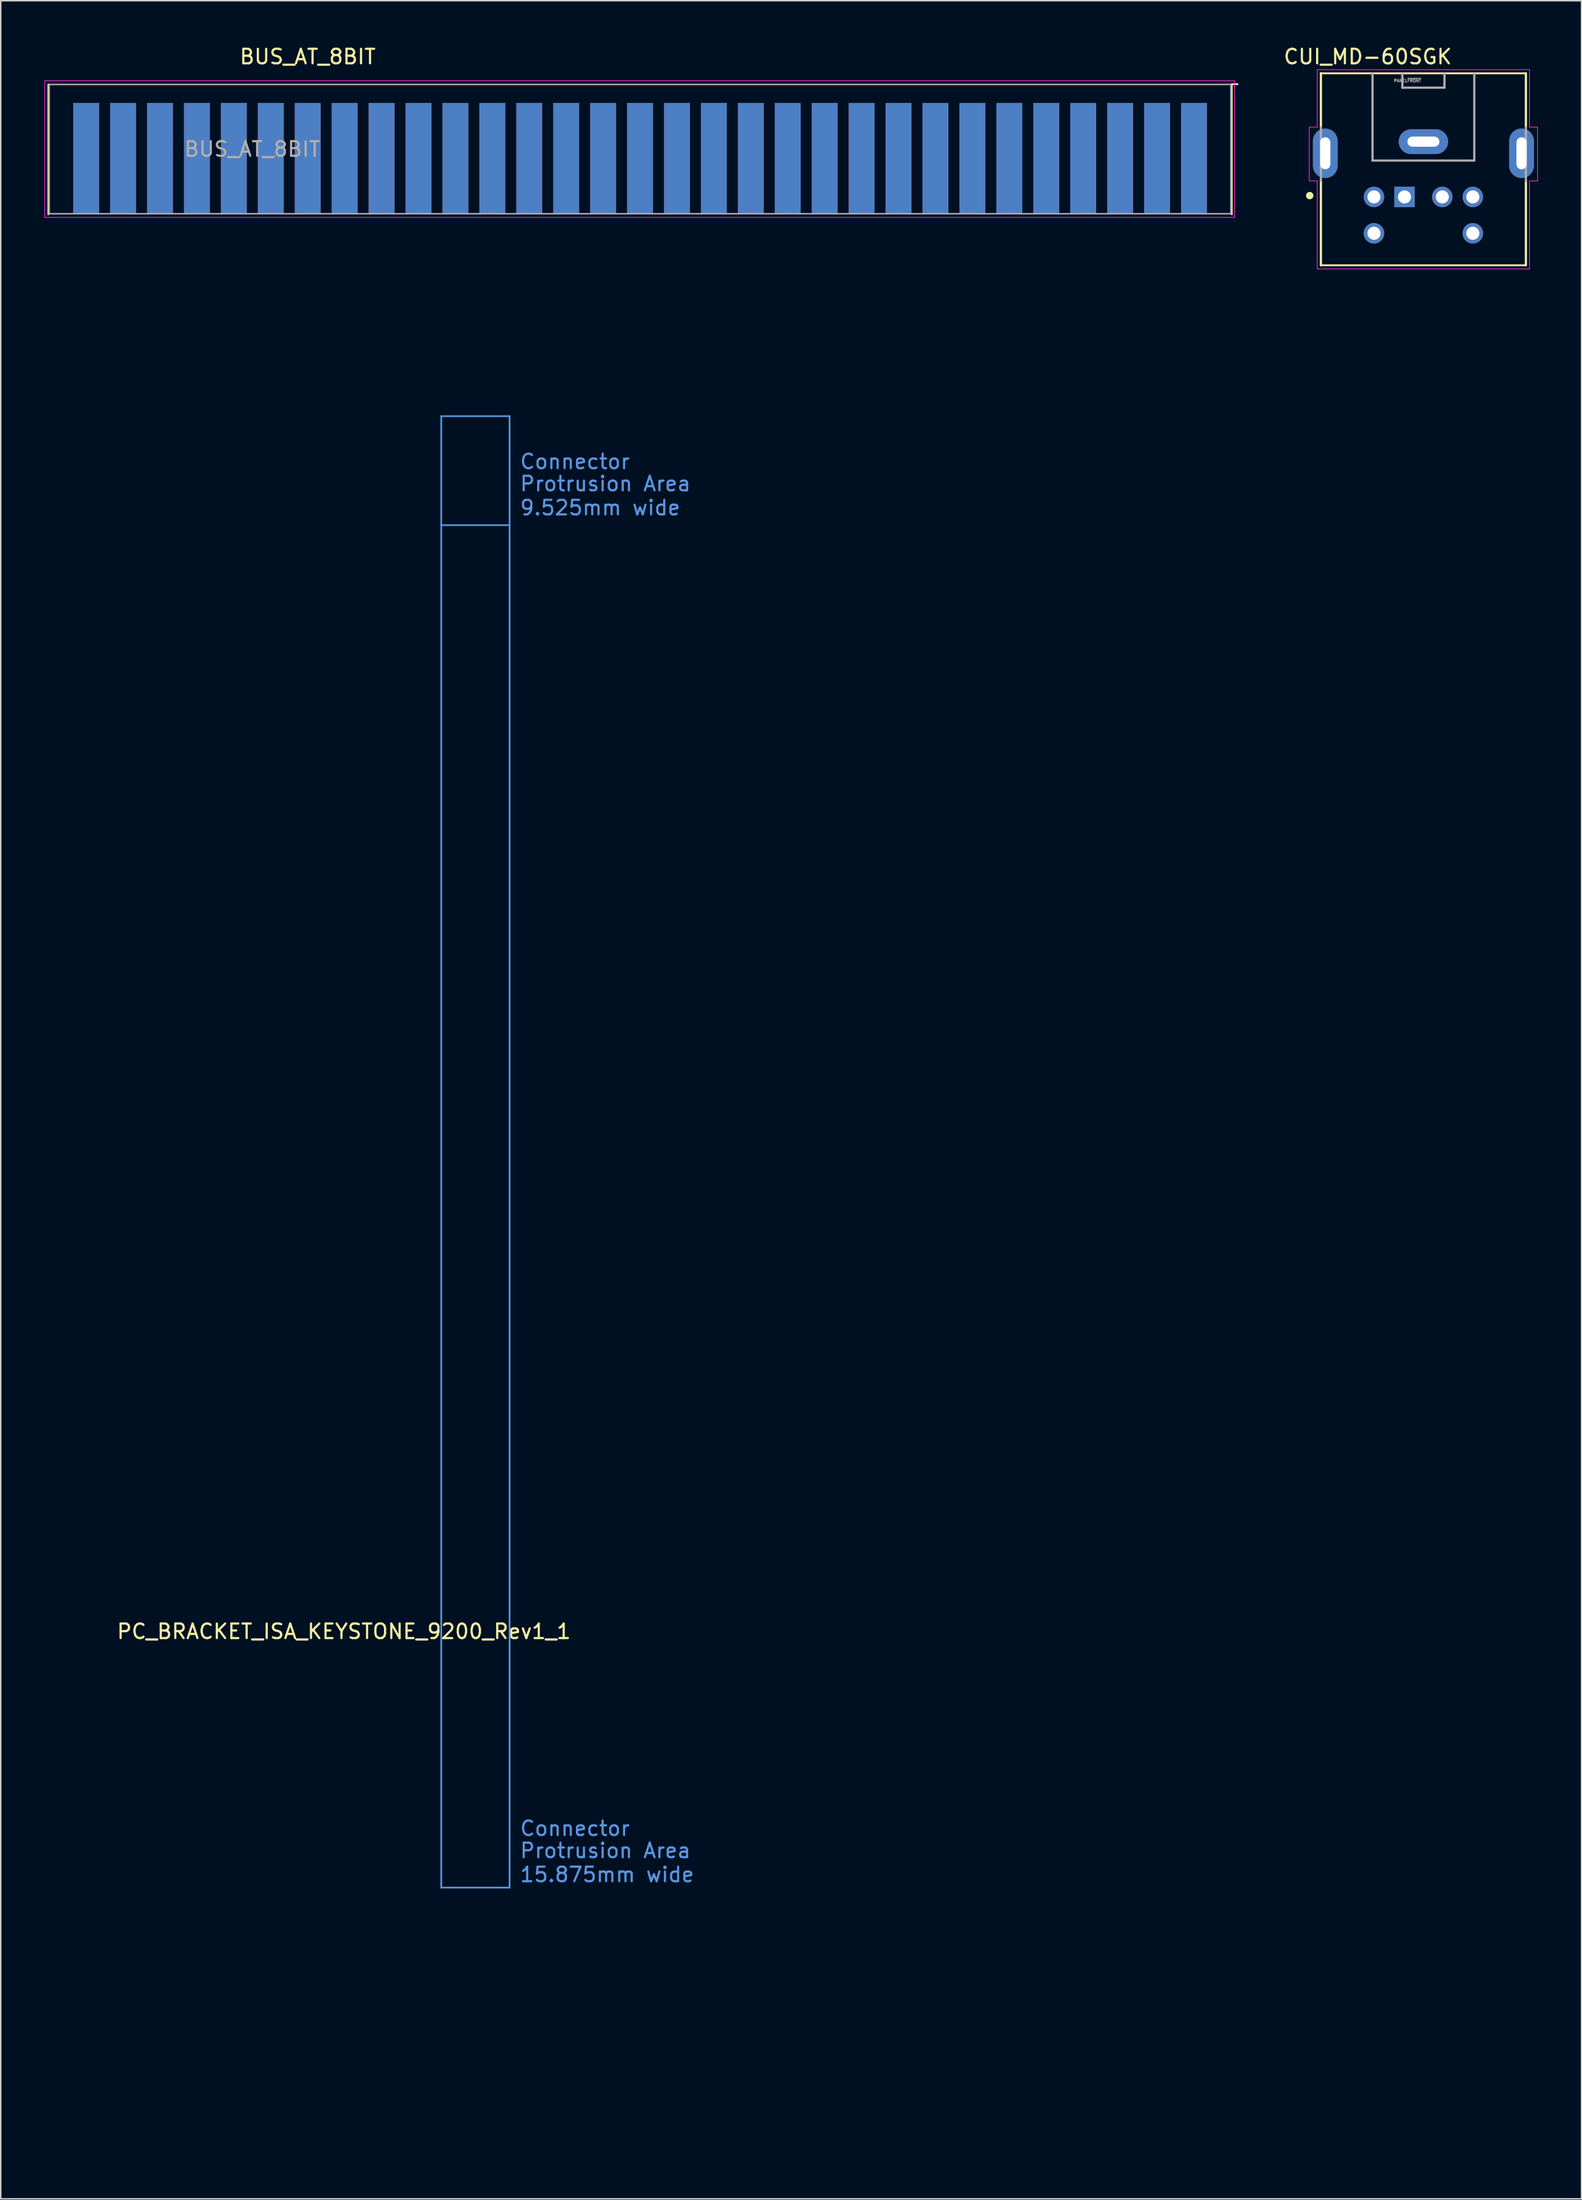
<source format=kicad_pcb>
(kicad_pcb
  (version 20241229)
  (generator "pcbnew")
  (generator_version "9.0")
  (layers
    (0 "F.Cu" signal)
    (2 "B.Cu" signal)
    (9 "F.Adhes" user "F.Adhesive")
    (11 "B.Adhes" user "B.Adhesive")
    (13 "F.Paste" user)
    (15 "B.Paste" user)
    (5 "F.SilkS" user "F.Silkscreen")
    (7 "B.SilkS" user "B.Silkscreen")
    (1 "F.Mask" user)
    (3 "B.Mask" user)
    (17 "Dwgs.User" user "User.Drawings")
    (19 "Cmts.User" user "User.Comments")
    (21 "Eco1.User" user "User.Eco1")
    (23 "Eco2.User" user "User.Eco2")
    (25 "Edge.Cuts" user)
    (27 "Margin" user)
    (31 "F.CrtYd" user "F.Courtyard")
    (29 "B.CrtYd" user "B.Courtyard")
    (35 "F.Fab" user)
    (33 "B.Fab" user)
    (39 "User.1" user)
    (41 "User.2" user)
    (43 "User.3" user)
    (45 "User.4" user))
  (footprint "CUI_MD-60SGK"
    (layer "F.Cu")
    (at 94.855 8.59)
    (property "Reference" "CUI_MD-60SGK" (at -3.828 -7.741 0) (layer "F.SilkS") (effects (font (size 1.001 1.001) (thickness 0.15))))
    (attr through_hole)
    (fp_line (start -7.05 -6.6) (end -7.05 -2.9) (stroke (width 0.152) (type solid)) (layer "F.SilkS"))
    (fp_line (start -7.05 -6.6) (end 7.05 -6.6) (stroke (width 0.127) (type solid)) (layer "F.SilkS"))
    (fp_line (start -7.05 6.6) (end -7.05 0.8) (stroke (width 0.152) (type solid)) (layer "F.SilkS"))
    (fp_line (start 7.05 -6.6) (end 7.05 -2.9) (stroke (width 0.152) (type solid)) (layer "F.SilkS"))
    (fp_line (start 7.05 6.6) (end -7.05 6.6) (stroke (width 0.127) (type solid)) (layer "F.SilkS"))
    (fp_line (start 7.05 6.6) (end 7.05 0.8) (stroke (width 0.152) (type solid)) (layer "F.SilkS"))
    (fp_circle (center -7.82 1.81) (end -7.566 1.81) (stroke (width 0) (type solid)) (fill yes) (layer "F.SilkS"))
    (fp_line (start -7.85 -2.9) (end -7.3 -2.9) (stroke (width 0.05) (type solid)) (layer "F.CrtYd"))
    (fp_line (start -7.85 0.8) (end -7.85 -2.9) (stroke (width 0.05) (type solid)) (layer "F.CrtYd"))
    (fp_line (start -7.3 -6.85) (end 7.3 -6.85) (stroke (width 0.05) (type solid)) (layer "F.CrtYd"))
    (fp_line (start -7.3 -2.9) (end -7.3 -6.85) (stroke (width 0.05) (type solid)) (layer "F.CrtYd"))
    (fp_line (start -7.3 0.8) (end -7.85 0.8) (stroke (width 0.05) (type solid)) (layer "F.CrtYd"))
    (fp_line (start -7.3 6.85) (end -7.3 0.8) (stroke (width 0.05) (type solid)) (layer "F.CrtYd"))
    (fp_line (start 7.3 -6.85) (end 7.3 -2.9) (stroke (width 0.05) (type solid)) (layer "F.CrtYd"))
    (fp_line (start 7.3 -2.9) (end 7.85 -2.9) (stroke (width 0.05) (type solid)) (layer "F.CrtYd"))
    (fp_line (start 7.3 0.8) (end 7.3 6.85) (stroke (width 0.05) (type solid)) (layer "F.CrtYd"))
    (fp_line (start 7.3 6.85) (end -7.3 6.85) (stroke (width 0.05) (type solid)) (layer "F.CrtYd"))
    (fp_line (start 7.85 -2.9) (end 7.85 0.8) (stroke (width 0.05) (type solid)) (layer "F.CrtYd"))
    (fp_line (start 7.85 0.8) (end 7.3 0.8) (stroke (width 0.05) (type solid)) (layer "F.CrtYd"))
    (fp_line (start -7.05 0.8) (end -7.05 -2.9) (stroke (width 0.152) (type solid)) (layer "F.Fab"))
    (fp_line (start -3.5 -6.6) (end -3.5 -0.6) (stroke (width 0.152) (type solid)) (layer "F.Fab"))
    (fp_line (start -3.5 -0.6) (end 3.5 -0.6) (stroke (width 0.152) (type solid)) (layer "F.Fab"))
    (fp_line (start -1.448 -6.6) (end -1.448 -5.612) (stroke (width 0.152) (type solid)) (layer "F.Fab"))
    (fp_line (start -1.448 -5.612) (end 1.448 -5.612) (stroke (width 0.152) (type solid)) (layer "F.Fab"))
    (fp_line (start 1.448 -5.612) (end 1.448 -6.6) (stroke (width 0.152) (type solid)) (layer "F.Fab"))
    (fp_line (start 3.5 -0.6) (end 3.5 -6.6) (stroke (width 0.152) (type solid)) (layer "F.Fab"))
    (fp_line (start 7.05 0.8) (end 7.05 -2.9) (stroke (width 0.152) (type solid)) (layer "F.Fab"))
    (fp_text user "PANEL~{FRONT}" (at -1.093 -6.094 0) (layer "F.Fab") (effects (font (size 0.2 0.2) (thickness 0.15))))
    (pad "1" thru_hole rect (at -1.3 1.9) (size 1.408 1.408) (drill 0.9) (layers "*.Cu" "*.Mask"))
    (pad "2" thru_hole circle (at 1.3 1.9) (size 1.408 1.408) (drill 0.9) (layers "*.Cu" "*.Mask"))
    (pad "3" thru_hole circle (at -3.4 1.9) (size 1.408 1.408) (drill 0.9) (layers "*.Cu" "*.Mask"))
    (pad "4" thru_hole circle (at 3.4 1.9) (size 1.408 1.408) (drill 0.9) (layers "*.Cu" "*.Mask"))
    (pad "5" thru_hole circle (at -3.4 4.4) (size 1.408 1.408) (drill 0.9) (layers "*.Cu" "*.Mask"))
    (pad "6" thru_hole circle (at 3.4 4.4) (size 1.408 1.408) (drill 0.9) (layers "*.Cu" "*.Mask"))
    (pad "7" thru_hole oval (at -6.75 -1.1) (size 1.7 3.4) (drill oval 0.7 2.2) (layers "*.Cu" "*.Mask"))
    (pad "7" thru_hole oval (at 0 -1.9) (size 3.4 1.7) (drill oval 2.2 0.7) (layers "*.Cu" "*.Mask"))
    (pad "7" thru_hole oval (at 6.75 -1.1) (size 1.7 3.4) (drill oval 0.7 2.2) (layers "*.Cu" "*.Mask")))
  (footprint "PC_BRACKET_ISA_KEYSTONE_9200_Rev1_1"
    (layer "F.Cu")
    (at 0.25 125.205)
    (property "Reference" "PC_BRACKET_ISA_KEYSTONE_9200_Rev1_1" (at 20.353 -16.082 0) (layer "F.SilkS") (effects (font (size 1 1) (thickness 0.15))))
    (attr exclude_from_pos_files exclude_from_bom)
    (fp_line (start 27.051 -92.146) (end 27.051 -99.639) (stroke (width 0.12) (type solid)) (layer "Cmts.User"))
    (fp_line (start 27.051 -92.146) (end 27.051 1.529) (stroke (width 0.12) (type solid)) (layer "Cmts.User"))
    (fp_line (start 27.051 1.529) (end 31.75 1.529) (stroke (width 0.12) (type solid)) (layer "Cmts.User"))
    (fp_line (start 31.75 -99.639) (end 27.051 -99.639) (stroke (width 0.12) (type solid)) (layer "Cmts.User"))
    (fp_line (start 31.75 -92.146) (end 27.051 -92.146) (stroke (width 0.12) (type solid)) (layer "Cmts.User"))
    (fp_line (start 31.75 -92.146) (end 31.75 -99.639) (stroke (width 0.12) (type solid)) (layer "Cmts.User"))
    (fp_line (start 31.75 1.529) (end 31.75 -92.146) (stroke (width 0.12) (type solid)) (layer "Cmts.User"))
    (fp_line (start 2.413 -7.62) (end 2.413 -5.08) (stroke (width 0.12) (type solid)) (layer "Eco1.User"))
    (fp_line (start 2.413 -7.62) (end 4.572 -7.62) (stroke (width 0.12) (type solid)) (layer "Eco1.User"))
    (fp_line (start 2.413 0) (end 0.508 0) (stroke (width 0.12) (type solid)) (layer "Eco1.User"))
    (fp_line (start 2.413 0) (end 2.413 -1.905) (stroke (width 0.12) (type solid)) (layer "Eco1.User"))
    (fp_line (start 4.572 -7.62) (end 4.572 -5.08) (stroke (width 0.12) (type solid)) (layer "Eco1.User"))
    (fp_line (start 4.572 0) (end 4.572 -1.905) (stroke (width 0.12) (type solid)) (layer "Eco1.User"))
    (fp_line (start 4.572 8.001) (end 4.572 5.461) (stroke (width 0.12) (type solid)) (layer "Eco1.User"))
    (fp_line (start 6.477 0) (end 4.572 0) (stroke (width 0.12) (type solid)) (layer "Eco1.User"))
    (fp_line (start 7.112 8.001) (end 4.572 8.001) (stroke (width 0.12) (type solid)) (layer "Eco1.User"))
    (fp_line (start 23.19 -106.68) (end 25.73 -106.68) (stroke (width 0.12) (type solid)) (layer "Eco1.User"))
    (fp_line (start 23.19 -7.62) (end 25.73 -7.62) (stroke (width 0.12) (type solid)) (layer "Eco1.User"))
    (fp_line (start 25.73 -104.14) (end 25.73 -106.68) (stroke (width 0.12) (type solid)) (layer "Eco1.User"))
    (fp_line (start 25.73 -7.62) (end 25.73 -10.16) (stroke (width 0.12) (type solid)) (layer "Eco1.User"))
    (fp_line (start 25.73 0) (end 23.19 0) (stroke (width 0.12) (type solid)) (layer "Eco1.User"))
    (fp_line (start 25.73 0) (end 25.73 -2.54) (stroke (width 0.12) (type solid)) (layer "Eco1.User"))
    (fp_line (start 25.73 8.001) (end 23.19 8.001) (stroke (width 0.12) (type solid)) (layer "Eco1.User"))
    (fp_line (start 25.73 8.001) (end 25.73 5.461) (stroke (width 0.12) (type solid)) (layer "Eco1.User"))
    (fp_line (start 27.051 -99.639) (end 37.973 -99.639) (stroke (width 0.12) (type solid)) (layer "Eco1.User"))
    (fp_line (start 27.051 19.868) (end 27.051 -99.639) (stroke (width 0.12) (type solid)) (layer "Eco1.User"))
    (fp_line (start 25.73 19.868) (end 25.73 -99.353) (stroke (width 0.12) (type solid)) (layer "Eco2.User"))
    (fp_line (start 25.73 19.868) (end 26.543 19.868) (stroke (width 0.12) (type solid)) (layer "Eco2.User"))
    (fp_line (start 26.543 19.868) (end 26.543 -99.353) (stroke (width 0.12) (type solid)) (layer "Eco2.User"))
    (fp_line (start 27.337 -100.147) (end 37.973 -100.147) (stroke (width 0.12) (type solid)) (layer "Eco2.User"))
    (fp_line (start 37.973 -100.96) (end 27.337 -100.96) (stroke (width 0.12) (type solid)) (layer "Eco2.User"))
    (fp_line (start 37.973 -100.147) (end 37.973 -100.96) (stroke (width 0.12) (type solid)) (layer "Eco2.User"))
    (fp_arc (start 25.7302 -99.3532) (mid 26.200762 -100.489238) (end 27.3368 -100.9598) (stroke (width 0.12) (type solid)) (layer "Eco2.User"))
    (fp_arc (start 26.543 -99.3532) (mid 26.775499 -99.914501) (end 27.3368 -100.147) (stroke (width 0.12) (type solid)) (layer "Eco2.User"))
    (fp_text user "Protrusion Area" (at 32.385 -1.016 0) (layer "Cmts.User") (effects (font (size 1 1) (thickness 0.15)) (justify left)))
    (fp_text user "9.525mm wide" (at 32.385 -93.345 0) (layer "Cmts.User") (effects (font (size 1 1) (thickness 0.15)) (justify left)))
    (fp_text user "Connector" (at 32.385 -96.52 0) (layer "Cmts.User") (effects (font (size 1 1) (thickness 0.15)) (justify left)))
    (fp_text user "Protrusion Area" (at 32.385 -94.996 0) (layer "Cmts.User") (effects (font (size 1 1) (thickness 0.15)) (justify left)))
    (fp_text user "15.875mm wide" (at 32.385 0.635 0) (layer "Cmts.User") (effects (font (size 1 1) (thickness 0.15)) (justify left)))
    (fp_text user "Connector" (at 32.385 -2.54 0) (layer "Cmts.User") (effects (font (size 1 1) (thickness 0.15)) (justify left)))
    (fp_text user "Chassis Ref." (at 32.385 -98.425 0) (layer "Eco1.User") (effects (font (size 1 1) (thickness 0.15)) (justify left))))
  (footprint "BUS_AT_8BIT"
    (layer "F.Cu")
    (at 79.075 7.838)
    (property "Reference" "BUS_AT_8BIT" (at -60.96 -6.99 0) (layer "F.SilkS") (effects (font (size 1 1) (thickness 0.15))))
    (attr exclude_from_pos_files exclude_from_bom)
    (fp_line (start -78.8 -5.08) (end -78.8 3.85) (stroke (width 0.12) (type solid)) (layer "F.SilkS"))
    (fp_line (start 2.6 -5.1) (end 3 -5.1) (stroke (width 0.12) (type solid)) (layer "F.SilkS"))
    (fp_line (start 2.6 3.85) (end 2.6 -5.1) (stroke (width 0.12) (type solid)) (layer "F.SilkS"))
    (fp_line (start -79.05 -5.33) (end -79.05 4.06) (stroke (width 0.05) (type default)) (layer "F.CrtYd"))
    (fp_line (start -79.05 -5.33) (end 2.79 -5.33) (stroke (width 0.05) (type solid)) (layer "F.CrtYd"))
    (fp_line (start 2.79 4.06) (end -79.05 4.06) (stroke (width 0.05) (type solid)) (layer "F.CrtYd"))
    (fp_line (start 2.79 4.06) (end 2.79 -5.33) (stroke (width 0.05) (type solid)) (layer "F.CrtYd"))
    (fp_line (start -78.74 -5.08) (end 2.54 -5.08) (stroke (width 0.1) (type solid)) (layer "F.Fab"))
    (fp_line (start -78.74 3.81) (end -78.74 -5.08) (stroke (width 0.1) (type solid)) (layer "F.Fab"))
    (fp_line (start 2.54 -5.08) (end 2.54 3.81) (stroke (width 0.1) (type solid)) (layer "F.Fab"))
    (fp_line (start 2.54 3.81) (end -78.74 3.81) (stroke (width 0.1) (type solid)) (layer "F.Fab"))
    (fp_text user "${REFERENCE}" (at -64.77 -0.635 0) (layer "F.Fab") (effects (font (size 1 1) (thickness 0.15))))
    (pad "1" connect rect (at 0 0) (size 1.78 7.62) (layers "B.Cu" "B.Mask"))
    (pad "2" connect rect (at -2.54 0) (size 1.78 7.62) (layers "B.Cu" "B.Mask"))
    (pad "3" connect rect (at -5.08 0) (size 1.78 7.62) (layers "B.Cu" "B.Mask"))
    (pad "4" connect rect (at -7.62 0) (size 1.78 7.62) (layers "B.Cu" "B.Mask"))
    (pad "5" connect rect (at -10.16 0) (size 1.78 7.62) (layers "B.Cu" "B.Mask"))
    (pad "6" connect rect (at -12.7 0) (size 1.78 7.62) (layers "B.Cu" "B.Mask"))
    (pad "7" connect rect (at -15.24 0) (size 1.78 7.62) (layers "B.Cu" "B.Mask"))
    (pad "8" connect rect (at -17.78 0) (size 1.78 7.62) (layers "B.Cu" "B.Mask"))
    (pad "9" connect rect (at -20.32 0) (size 1.78 7.62) (layers "B.Cu" "B.Mask"))
    (pad "10" connect rect (at -22.86 0) (size 1.78 7.62) (layers "B.Cu" "B.Mask"))
    (pad "11" connect rect (at -25.4 0) (size 1.78 7.62) (layers "B.Cu" "B.Mask"))
    (pad "12" connect rect (at -27.94 0) (size 1.78 7.62) (layers "B.Cu" "B.Mask"))
    (pad "13" connect rect (at -30.48 0) (size 1.78 7.62) (layers "B.Cu" "B.Mask"))
    (pad "14" connect rect (at -33.02 0) (size 1.78 7.62) (layers "B.Cu" "B.Mask"))
    (pad "15" connect rect (at -35.56 0) (size 1.78 7.62) (layers "B.Cu" "B.Mask"))
    (pad "16" connect rect (at -38.1 0) (size 1.78 7.62) (layers "B.Cu" "B.Mask"))
    (pad "17" connect rect (at -40.64 0) (size 1.78 7.62) (layers "B.Cu" "B.Mask"))
    (pad "18" connect rect (at -43.18 0) (size 1.78 7.62) (layers "B.Cu" "B.Mask"))
    (pad "19" connect rect (at -45.72 0) (size 1.78 7.62) (layers "B.Cu" "B.Mask"))
    (pad "20" connect rect (at -48.26 0) (size 1.78 7.62) (layers "B.Cu" "B.Mask"))
    (pad "21" connect rect (at -50.8 0) (size 1.78 7.62) (layers "B.Cu" "B.Mask"))
    (pad "22" connect rect (at -53.34 0) (size 1.78 7.62) (layers "B.Cu" "B.Mask"))
    (pad "23" connect rect (at -55.88 0) (size 1.78 7.62) (layers "B.Cu" "B.Mask"))
    (pad "24" connect rect (at -58.42 0) (size 1.78 7.62) (layers "B.Cu" "B.Mask"))
    (pad "25" connect rect (at -60.96 0) (size 1.78 7.62) (layers "B.Cu" "B.Mask"))
    (pad "26" connect rect (at -63.5 0) (size 1.78 7.62) (layers "B.Cu" "B.Mask"))
    (pad "27" connect rect (at -66.04 0) (size 1.78 7.62) (layers "B.Cu" "B.Mask"))
    (pad "28" connect rect (at -68.58 0) (size 1.78 7.62) (layers "B.Cu" "B.Mask"))
    (pad "29" connect rect (at -71.12 0) (size 1.78 7.62) (layers "B.Cu" "B.Mask"))
    (pad "30" connect rect (at -73.66 0) (size 1.78 7.62) (layers "B.Cu" "B.Mask"))
    (pad "31" connect rect (at -76.2 0) (size 1.78 7.62) (layers "B.Cu" "B.Mask"))
    (pad "32" connect rect (at 0 0) (size 1.78 7.62) (layers "F.Cu" "F.Mask"))
    (pad "33" connect rect (at -2.54 0) (size 1.78 7.62) (layers "F.Cu" "F.Mask"))
    (pad "34" connect rect (at -5.08 0) (size 1.78 7.62) (layers "F.Cu" "F.Mask"))
    (pad "35" connect rect (at -7.62 0) (size 1.78 7.62) (layers "F.Cu" "F.Mask"))
    (pad "36" connect rect (at -10.16 0) (size 1.78 7.62) (layers "F.Cu" "F.Mask"))
    (pad "37" connect rect (at -12.7 0) (size 1.78 7.62) (layers "F.Cu" "F.Mask"))
    (pad "38" connect rect (at -15.24 0) (size 1.78 7.62) (layers "F.Cu" "F.Mask"))
    (pad "39" connect rect (at -17.78 0) (size 1.78 7.62) (layers "F.Cu" "F.Mask"))
    (pad "40" connect rect (at -20.32 0) (size 1.78 7.62) (layers "F.Cu" "F.Mask"))
    (pad "41" connect rect (at -22.86 0) (size 1.78 7.62) (layers "F.Cu" "F.Mask"))
    (pad "42" connect rect (at -25.4 0) (size 1.78 7.62) (layers "F.Cu" "F.Mask"))
    (pad "43" connect rect (at -27.94 0) (size 1.78 7.62) (layers "F.Cu" "F.Mask"))
    (pad "44" connect rect (at -30.48 0) (size 1.78 7.62) (layers "F.Cu" "F.Mask"))
    (pad "45" connect rect (at -33.02 0) (size 1.78 7.62) (layers "F.Cu" "F.Mask"))
    (pad "46" connect rect (at -35.56 0) (size 1.78 7.62) (layers "F.Cu" "F.Mask"))
    (pad "47" connect rect (at -38.1 0) (size 1.78 7.62) (layers "F.Cu" "F.Mask"))
    (pad "48" connect rect (at -40.64 0) (size 1.78 7.62) (layers "F.Cu" "F.Mask"))
    (pad "49" connect rect (at -43.18 0) (size 1.78 7.62) (layers "F.Cu" "F.Mask"))
    (pad "50" connect rect (at -45.72 0) (size 1.78 7.62) (layers "F.Cu" "F.Mask"))
    (pad "51" connect rect (at -48.26 0) (size 1.78 7.62) (layers "F.Cu" "F.Mask"))
    (pad "52" connect rect (at -50.8 0) (size 1.78 7.62) (layers "F.Cu" "F.Mask"))
    (pad "53" connect rect (at -53.34 0) (size 1.78 7.62) (layers "F.Cu" "F.Mask"))
    (pad "54" connect rect (at -55.88 0) (size 1.78 7.62) (layers "F.Cu" "F.Mask"))
    (pad "55" connect rect (at -58.42 0) (size 1.78 7.62) (layers "F.Cu" "F.Mask"))
    (pad "56" connect rect (at -60.96 0) (size 1.78 7.62) (layers "F.Cu" "F.Mask"))
    (pad "57" connect rect (at -63.5 0) (size 1.78 7.62) (layers "F.Cu" "F.Mask"))
    (pad "58" connect rect (at -66.04 0) (size 1.78 7.62) (layers "F.Cu" "F.Mask"))
    (pad "59" connect rect (at -68.58 0) (size 1.78 7.62) (layers "F.Cu" "F.Mask"))
    (pad "60" connect rect (at -71.12 0) (size 1.78 7.62) (layers "F.Cu" "F.Mask"))
    (pad "61" connect rect (at -73.66 0) (size 1.78 7.62) (layers "F.Cu" "F.Mask"))
    (pad "62" connect rect (at -76.2 0) (size 1.78 7.62) (layers "F.Cu" "F.Mask")))
  (gr_rect
    (start -3 -3)
    (end 105.73 148.133)
    (stroke (width 0.1) (type default))
    (fill no)
    (layer "Edge.Cuts")))
</source>
